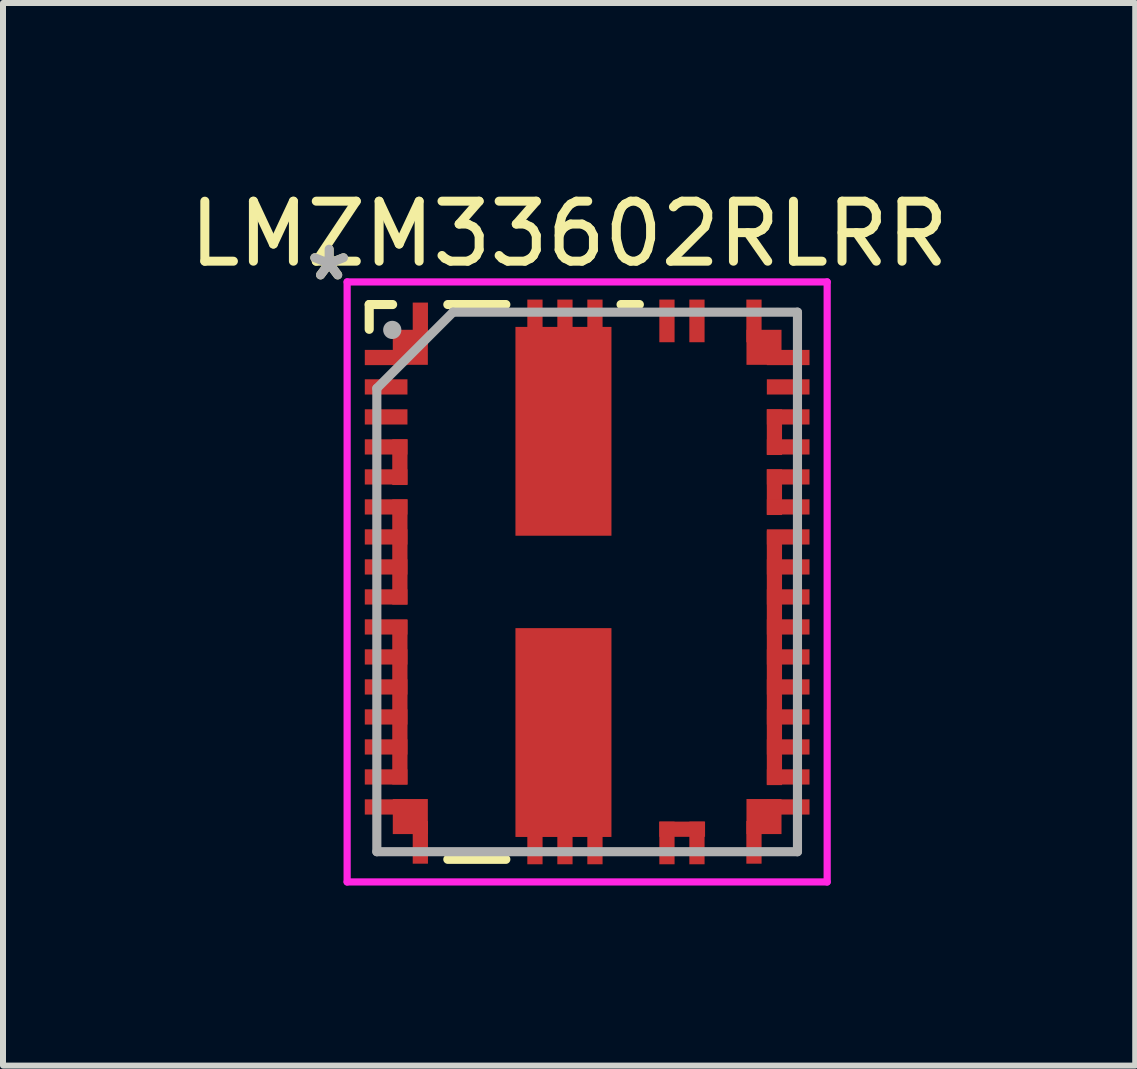
<source format=kicad_pcb>
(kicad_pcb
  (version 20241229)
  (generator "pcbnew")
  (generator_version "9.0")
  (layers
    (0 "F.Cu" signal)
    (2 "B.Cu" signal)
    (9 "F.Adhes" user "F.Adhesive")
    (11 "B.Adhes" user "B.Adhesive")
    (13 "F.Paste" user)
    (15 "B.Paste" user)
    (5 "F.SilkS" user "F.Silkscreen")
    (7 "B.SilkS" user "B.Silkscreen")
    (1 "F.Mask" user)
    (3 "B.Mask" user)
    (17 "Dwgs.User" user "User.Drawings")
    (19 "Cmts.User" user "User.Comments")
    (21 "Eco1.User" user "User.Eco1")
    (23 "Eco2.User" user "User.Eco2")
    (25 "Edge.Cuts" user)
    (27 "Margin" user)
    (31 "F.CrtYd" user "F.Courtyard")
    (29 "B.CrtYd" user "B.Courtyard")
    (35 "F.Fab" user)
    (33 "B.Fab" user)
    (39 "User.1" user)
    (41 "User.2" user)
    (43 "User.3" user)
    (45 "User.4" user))
  (footprint "LMZM33602RLRR"
    (layer "F.Cu")
    (at 6.735 6.648)
    (property "Reference" "LMZM33602RLRR" (at -0.3 -5.8 0) (layer "F.SilkS") (effects (font (size 1 1) (thickness 0.15))))
    (attr through_hole)
    (fp_line (start -3.632 -4.623) (end -3.242 -4.623) (stroke (width 0.152) (type solid)) (layer "F.SilkS"))
    (fp_line (start -3.632 -4.21) (end -3.632 -4.623) (stroke (width 0.152) (type solid)) (layer "F.SilkS"))
    (fp_line (start -2.322 -4.623) (end -1.355 -4.623) (stroke (width 0.152) (type solid)) (layer "F.SilkS"))
    (fp_line (start -1.355 4.623) (end -2.322 4.623) (stroke (width 0.152) (type solid)) (layer "F.SilkS"))
    (fp_line (start 0.565 -4.623) (end 0.87 -4.623) (stroke (width 0.152) (type solid)) (layer "F.SilkS"))
    (fp_arc (start -2.303018 -4.32958) (mid -2.087118 -4.32958) (end -2.303018 -4.32958) (stroke (width 0.1524) (type solid)) (layer "Eco1.User"))
    (fp_arc (start -2.303018 -3.39958) (mid -2.087118 -3.39958) (end -2.303018 -3.39958) (stroke (width 0.1524) (type solid)) (layer "Eco1.User"))
    (fp_arc (start -2.303018 -2.48958) (mid -2.087118 -2.48958) (end -2.303018 -2.48958) (stroke (width 0.1524) (type solid)) (layer "Eco1.User"))
    (fp_arc (start -2.303018 -1.57958) (mid -2.087118 -1.57958) (end -2.303018 -1.57958) (stroke (width 0.1524) (type solid)) (layer "Eco1.User"))
    (fp_arc (start -1.403018 -4.32958) (mid -1.187118 -4.32958) (end -1.403018 -4.32958) (stroke (width 0.1524) (type solid)) (layer "Eco1.User"))
    (fp_arc (start -1.403018 -3.39958) (mid -1.187118 -3.39958) (end -1.403018 -3.39958) (stroke (width 0.1524) (type solid)) (layer "Eco1.User"))
    (fp_arc (start -1.403018 -2.48958) (mid -1.187118 -2.48958) (end -1.403018 -2.48958) (stroke (width 0.1524) (type solid)) (layer "Eco1.User"))
    (fp_arc (start -1.403018 -1.57958) (mid -1.187118 -1.57958) (end -1.403018 -1.57958) (stroke (width 0.1524) (type solid)) (layer "Eco1.User"))
    (fp_arc (start -1.403018 -0.66958) (mid -1.187118 -0.66958) (end -1.403018 -0.66958) (stroke (width 0.1524) (type solid)) (layer "Eco1.User"))
    (fp_arc (start 1.296982 -3.39958) (mid 1.512882 -3.39958) (end 1.296982 -3.39958) (stroke (width 0.1524) (type solid)) (layer "Eco1.User"))
    (fp_arc (start 1.296982 -2.48958) (mid 1.512882 -2.48958) (end 1.296982 -2.48958) (stroke (width 0.1524) (type solid)) (layer "Eco1.User"))
    (fp_arc (start 1.296982 -1.57958) (mid 1.512882 -1.57958) (end 1.296982 -1.57958) (stroke (width 0.1524) (type solid)) (layer "Eco1.User"))
    (fp_arc (start 1.296982 -0.66958) (mid 1.512882 -0.66958) (end 1.296982 -0.66958) (stroke (width 0.1524) (type solid)) (layer "Eco1.User"))
    (fp_arc (start 1.296982 0.69042) (mid 1.512882 0.69042) (end 1.296982 0.69042) (stroke (width 0.1524) (type solid)) (layer "Eco1.User"))
    (fp_arc (start 1.296982 1.600374) (mid 1.512882 1.600374) (end 1.296982 1.600374) (stroke (width 0.1524) (type solid)) (layer "Eco1.User"))
    (fp_arc (start 1.296982 2.510582) (mid 1.512882 2.510582) (end 1.296982 2.510582) (stroke (width 0.1524) (type solid)) (layer "Eco1.User"))
    (fp_line (start -4 -5) (end 4 -5) (stroke (width 0.12) (type solid)) (layer "F.CrtYd"))
    (fp_line (start -4 5) (end -4 -5) (stroke (width 0.12) (type solid)) (layer "F.CrtYd"))
    (fp_line (start 4 -5) (end 4 5) (stroke (width 0.12) (type solid)) (layer "F.CrtYd"))
    (fp_line (start 4 5) (end -4 5) (stroke (width 0.12) (type solid)) (layer "F.CrtYd"))
    (fp_line (start -3.505 -3.226) (end -2.235 -4.496) (stroke (width 0.152) (type solid)) (layer "F.Fab"))
    (fp_line (start -3.505 4.496) (end -3.505 -3.226) (stroke (width 0.152) (type solid)) (layer "F.Fab"))
    (fp_line (start -3.505 4.496) (end 3.505 4.496) (stroke (width 0.152) (type solid)) (layer "F.Fab"))
    (fp_line (start 3.505 -4.496) (end -2.235 -4.496) (stroke (width 0.152) (type solid)) (layer "F.Fab"))
    (fp_line (start 3.505 4.496) (end 3.505 -4.496) (stroke (width 0.152) (type solid)) (layer "F.Fab"))
    (fp_circle (center -3.248 -4.2) (end -3.172 -4.2) (stroke (width 0.152) (type solid)) (fill no) (layer "F.Fab"))
    (fp_text user "*" (at -4.3 -5 0) (layer "F.SilkS") (effects (font (size 1 1) (thickness 0.15))))
    (fp_text user "*" (at -4.3 -5 0) (layer "F.Fab") (effects (font (size 1 1) (thickness 0.15))))
    (pad "1" smd rect (at -3.35 -3.74) (size 0.711 0.254) (layers "F.Cu" "F.Mask" "F.Paste"))
    (pad "1" smd rect (at -2.947 -3.91) (size 0.584 0.584) (layers "F.Cu" "F.Mask" "F.Paste"))
    (pad "1" smd rect (at -2.78 -4.3 90) (size 0.711 0.254) (layers "F.Cu" "F.Mask" "F.Paste"))
    (pad "2" smd rect (at -3.35 -3.25) (size 0.711 0.254) (layers "F.Cu" "F.Mask" "F.Paste"))
    (pad "3" smd rect (at -3.35 -2.75) (size 0.711 0.254) (layers "F.Cu" "F.Mask" "F.Paste"))
    (pad "4" smd rect (at -3.35 -2.25) (size 0.711 0.254) (layers "F.Cu" "F.Mask" "F.Paste"))
    (pad "4" smd rect (at -3.35 -1.75) (size 0.711 0.254) (layers "F.Cu" "F.Mask" "F.Paste"))
    (pad "4" smd rect (at -3.121 -1.996) (size 0.254 0.762) (layers "F.Cu" "F.Mask" "F.Paste"))
    (pad "5" smd rect (at -3.35 -1.25) (size 0.711 0.254) (layers "F.Cu" "F.Mask" "F.Paste"))
    (pad "5" smd rect (at -3.35 -0.75) (size 0.711 0.254) (layers "F.Cu" "F.Mask" "F.Paste"))
    (pad "5" smd rect (at -3.35 -0.25) (size 0.711 0.254) (layers "F.Cu" "F.Mask" "F.Paste"))
    (pad "5" smd rect (at -3.35 0.25) (size 0.711 0.254) (layers "F.Cu" "F.Mask" "F.Paste"))
    (pad "5" smd rect (at -3.121 -0.499) (size 0.254 1.753) (layers "F.Cu" "F.Mask" "F.Paste"))
    (pad "6" smd rect (at -3.35 0.75) (size 0.711 0.254) (layers "F.Cu" "F.Mask" "F.Paste"))
    (pad "6" smd rect (at -3.35 1.25) (size 0.711 0.254) (layers "F.Cu" "F.Mask" "F.Paste"))
    (pad "6" smd rect (at -3.35 1.75) (size 0.711 0.254) (layers "F.Cu" "F.Mask" "F.Paste"))
    (pad "6" smd rect (at -3.35 2.25) (size 0.711 0.254) (layers "F.Cu" "F.Mask" "F.Paste"))
    (pad "6" smd rect (at -3.35 2.75) (size 0.711 0.254) (layers "F.Cu" "F.Mask" "F.Paste"))
    (pad "6" smd rect (at -3.35 3.25) (size 0.711 0.254) (layers "F.Cu" "F.Mask" "F.Paste"))
    (pad "6" smd rect (at -3.121 2.005) (size 0.254 2.743) (layers "F.Cu" "F.Mask" "F.Paste"))
    (pad "7" smd rect (at -3.35 3.75) (size 0.711 0.254) (layers "F.Cu" "F.Mask" "F.Paste"))
    (pad "7" smd rect (at -2.947 3.91) (size 0.584 0.584) (layers "F.Cu" "F.Mask" "F.Paste"))
    (pad "7" smd rect (at -2.78 4.34 90) (size 0.711 0.254) (layers "F.Cu" "F.Mask" "F.Paste"))
    (pad "8" smd rect (at -0.87 4.35 90) (size 0.711 0.254) (layers "F.Cu" "F.Mask" "F.Paste"))
    (pad "8" smd rect (at -0.395 2.51) (size 1.6 3.48) (layers "F.Cu" "F.Mask" "F.Paste"))
    (pad "8" smd rect (at -0.37 4.35 90) (size 0.711 0.254) (layers "F.Cu" "F.Mask" "F.Paste"))
    (pad "8" smd rect (at 0.13 4.35 90) (size 0.711 0.254) (layers "F.Cu" "F.Mask" "F.Paste"))
    (pad "9" smd rect (at 1.33 4.35 90) (size 0.711 0.254) (layers "F.Cu" "F.Mask" "F.Paste"))
    (pad "9" smd rect (at 1.584 4.121 90) (size 0.254 0.762) (layers "F.Cu" "F.Mask" "F.Paste"))
    (pad "9" smd rect (at 1.83 4.35 90) (size 0.711 0.254) (layers "F.Cu" "F.Mask" "F.Paste"))
    (pad "10" smd rect (at 2.78 4.34 90) (size 0.711 0.254) (layers "F.Cu" "F.Mask" "F.Paste"))
    (pad "10" smd rect (at 2.947 3.91) (size 0.584 0.584) (layers "F.Cu" "F.Mask" "F.Paste"))
    (pad "10" smd rect (at 3.35 3.75) (size 0.711 0.254) (layers "F.Cu" "F.Mask" "F.Paste"))
    (pad "11" smd rect (at 3.121 1.265) (size 0.254 4.242) (layers "F.Cu" "F.Mask" "F.Paste"))
    (pad "11" smd rect (at 3.35 -0.75) (size 0.711 0.254) (layers "F.Cu" "F.Mask" "F.Paste"))
    (pad "11" smd rect (at 3.35 -0.25) (size 0.711 0.254) (layers "F.Cu" "F.Mask" "F.Paste"))
    (pad "11" smd rect (at 3.35 0.25) (size 0.711 0.254) (layers "F.Cu" "F.Mask" "F.Paste"))
    (pad "11" smd rect (at 3.35 0.75) (size 0.711 0.254) (layers "F.Cu" "F.Mask" "F.Paste"))
    (pad "11" smd rect (at 3.35 1.25) (size 0.711 0.254) (layers "F.Cu" "F.Mask" "F.Paste"))
    (pad "11" smd rect (at 3.35 1.75) (size 0.711 0.254) (layers "F.Cu" "F.Mask" "F.Paste"))
    (pad "11" smd rect (at 3.35 2.25) (size 0.711 0.254) (layers "F.Cu" "F.Mask" "F.Paste"))
    (pad "11" smd rect (at 3.35 2.75) (size 0.711 0.254) (layers "F.Cu" "F.Mask" "F.Paste"))
    (pad "11" smd rect (at 3.35 3.25) (size 0.711 0.254) (layers "F.Cu" "F.Mask" "F.Paste"))
    (pad "12" smd rect (at 3.121 -1.496) (size 0.254 0.762) (layers "F.Cu" "F.Mask" "F.Paste"))
    (pad "12" smd rect (at 3.35 -1.75) (size 0.711 0.254) (layers "F.Cu" "F.Mask" "F.Paste"))
    (pad "12" smd rect (at 3.35 -1.25) (size 0.711 0.254) (layers "F.Cu" "F.Mask" "F.Paste"))
    (pad "13" smd rect (at 3.121 -2.496) (size 0.254 0.762) (layers "F.Cu" "F.Mask" "F.Paste"))
    (pad "13" smd rect (at 3.35 -2.75) (size 0.711 0.254) (layers "F.Cu" "F.Mask" "F.Paste"))
    (pad "13" smd rect (at 3.35 -2.25) (size 0.711 0.254) (layers "F.Cu" "F.Mask" "F.Paste"))
    (pad "14" smd rect (at 3.35 -3.25) (size 0.711 0.254) (layers "F.Cu" "F.Mask" "F.Paste"))
    (pad "15" smd rect (at 2.78 -4.35 270) (size 0.711 0.254) (layers "F.Cu" "F.Mask" "F.Paste"))
    (pad "15" smd rect (at 2.947 -3.91) (size 0.584 0.584) (layers "F.Cu" "F.Mask" "F.Paste"))
    (pad "15" smd rect (at 3.35 -3.74) (size 0.711 0.254) (layers "F.Cu" "F.Mask" "F.Paste"))
    (pad "16" smd rect (at 1.83 -4.35 90) (size 0.711 0.254) (layers "F.Cu" "F.Mask" "F.Paste"))
    (pad "17" smd rect (at 1.33 -4.35 90) (size 0.711 0.254) (layers "F.Cu" "F.Mask" "F.Paste"))
    (pad "18" smd rect (at -0.87 -4.35 90) (size 0.711 0.254) (layers "F.Cu" "F.Mask" "F.Paste"))
    (pad "18" smd rect (at -0.395 -2.51) (size 1.6 3.48) (layers "F.Cu" "F.Mask" "F.Paste"))
    (pad "18" smd rect (at -0.37 -4.35 90) (size 0.711 0.254) (layers "F.Cu" "F.Mask" "F.Paste"))
    (pad "18" smd rect (at 0.13 -4.35 90) (size 0.711 0.254) (layers "F.Cu" "F.Mask" "F.Paste")))
  (gr_rect
    (start -3 -3)
    (end 15.869 14.708)
    (stroke (width 0.1) (type default))
    (fill no)
    (layer "Edge.Cuts")))
</source>
